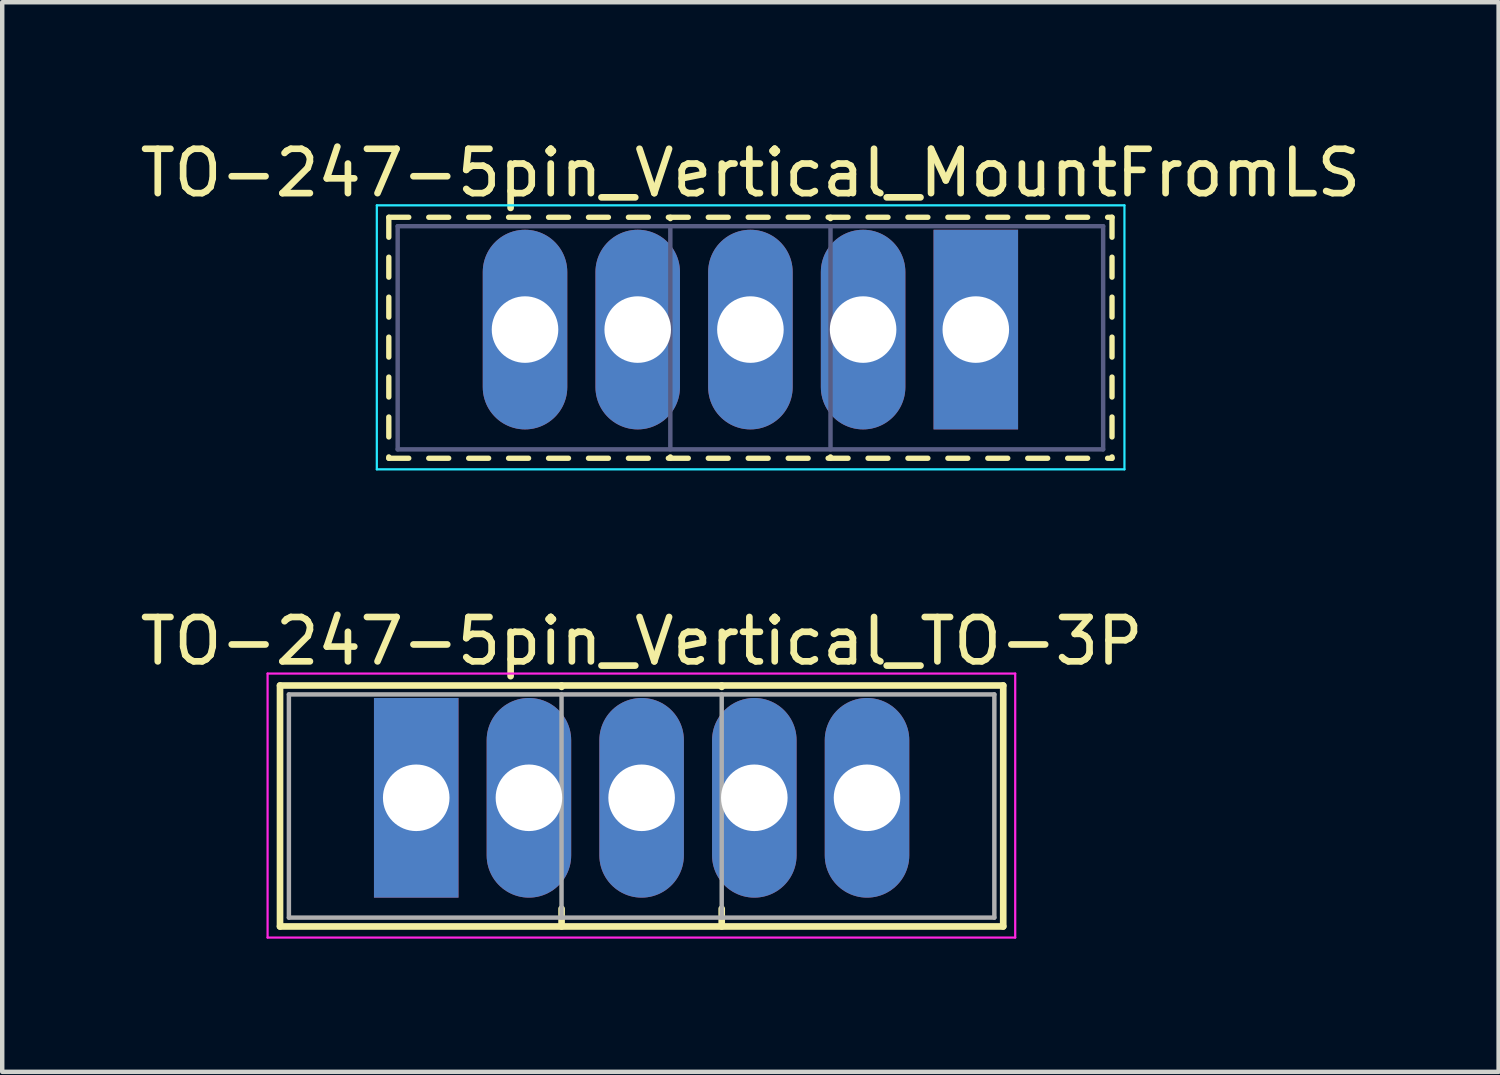
<source format=kicad_pcb>
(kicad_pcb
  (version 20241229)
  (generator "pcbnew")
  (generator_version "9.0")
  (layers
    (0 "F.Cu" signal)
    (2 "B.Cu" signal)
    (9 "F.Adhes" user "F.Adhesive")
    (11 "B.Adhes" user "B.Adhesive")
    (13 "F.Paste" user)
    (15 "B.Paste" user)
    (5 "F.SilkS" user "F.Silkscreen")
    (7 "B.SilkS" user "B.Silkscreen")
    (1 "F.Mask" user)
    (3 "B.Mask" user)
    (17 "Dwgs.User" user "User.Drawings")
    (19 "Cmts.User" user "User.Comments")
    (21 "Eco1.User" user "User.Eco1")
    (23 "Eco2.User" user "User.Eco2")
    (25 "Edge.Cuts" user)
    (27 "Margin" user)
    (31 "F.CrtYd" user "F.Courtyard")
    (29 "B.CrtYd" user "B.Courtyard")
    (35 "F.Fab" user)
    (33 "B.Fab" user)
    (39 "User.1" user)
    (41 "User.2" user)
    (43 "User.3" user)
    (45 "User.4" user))
  (footprint "TO-247-5pin_Vertical_MountFromLS"
    (layer "F.Cu")
    (at 18.943 4.378)
    (property "Reference" "TO-247-5pin_Vertical_MountFromLS" (at -5.08 -3.53 0) (layer "F.SilkS") (effects (font (size 1 1) (thickness 0.15))))
    (attr through_hole)
    (fp_line (start -13.23 -2.531) (end -13.23 -2.081) (stroke (width 0.12) (type solid)) (layer "F.SilkS"))
    (fp_line (start -13.23 -2.531) (end -12.78 -2.531) (stroke (width 0.12) (type solid)) (layer "F.SilkS"))
    (fp_line (start -13.23 -1.631) (end -13.23 -1.181) (stroke (width 0.12) (type solid)) (layer "F.SilkS"))
    (fp_line (start -13.23 -0.731) (end -13.23 -0.281) (stroke (width 0.12) (type solid)) (layer "F.SilkS"))
    (fp_line (start -13.23 0.17) (end -13.23 0.62) (stroke (width 0.12) (type solid)) (layer "F.SilkS"))
    (fp_line (start -13.23 1.07) (end -13.23 1.52) (stroke (width 0.12) (type solid)) (layer "F.SilkS"))
    (fp_line (start -13.23 1.97) (end -13.23 2.42) (stroke (width 0.12) (type solid)) (layer "F.SilkS"))
    (fp_line (start -13.23 2.87) (end -13.23 2.9) (stroke (width 0.12) (type solid)) (layer "F.SilkS"))
    (fp_line (start -13.23 2.9) (end -12.78 2.9) (stroke (width 0.12) (type solid)) (layer "F.SilkS"))
    (fp_line (start -12.33 -2.531) (end -11.88 -2.531) (stroke (width 0.12) (type solid)) (layer "F.SilkS"))
    (fp_line (start -12.33 2.9) (end -11.88 2.9) (stroke (width 0.12) (type solid)) (layer "F.SilkS"))
    (fp_line (start -11.43 -2.531) (end -10.98 -2.531) (stroke (width 0.12) (type solid)) (layer "F.SilkS"))
    (fp_line (start -11.43 2.9) (end -10.98 2.9) (stroke (width 0.12) (type solid)) (layer "F.SilkS"))
    (fp_line (start -10.531 -2.531) (end -10.08 -2.531) (stroke (width 0.12) (type solid)) (layer "F.SilkS"))
    (fp_line (start -10.531 2.9) (end -10.08 2.9) (stroke (width 0.12) (type solid)) (layer "F.SilkS"))
    (fp_line (start -9.63 -2.531) (end -9.18 -2.531) (stroke (width 0.12) (type solid)) (layer "F.SilkS"))
    (fp_line (start -9.63 2.9) (end -9.18 2.9) (stroke (width 0.12) (type solid)) (layer "F.SilkS"))
    (fp_line (start -8.73 -2.531) (end -8.28 -2.531) (stroke (width 0.12) (type solid)) (layer "F.SilkS"))
    (fp_line (start -8.73 2.9) (end -8.28 2.9) (stroke (width 0.12) (type solid)) (layer "F.SilkS"))
    (fp_line (start -7.83 -2.531) (end -7.38 -2.531) (stroke (width 0.12) (type solid)) (layer "F.SilkS"))
    (fp_line (start -7.83 2.9) (end -7.38 2.9) (stroke (width 0.12) (type solid)) (layer "F.SilkS"))
    (fp_line (start -6.93 -2.531) (end -6.48 -2.531) (stroke (width 0.12) (type solid)) (layer "F.SilkS"))
    (fp_line (start -6.93 2.9) (end -6.48 2.9) (stroke (width 0.12) (type solid)) (layer "F.SilkS"))
    (fp_line (start -6.884 -2.531) (end -6.884 -2.5) (stroke (width 0.12) (type solid)) (layer "F.SilkS"))
    (fp_line (start -6.884 2.87) (end -6.884 2.9) (stroke (width 0.12) (type solid)) (layer "F.SilkS"))
    (fp_line (start -6.03 -2.531) (end -5.58 -2.531) (stroke (width 0.12) (type solid)) (layer "F.SilkS"))
    (fp_line (start -6.03 2.9) (end -5.58 2.9) (stroke (width 0.12) (type solid)) (layer "F.SilkS"))
    (fp_line (start -5.13 -2.531) (end -4.68 -2.531) (stroke (width 0.12) (type solid)) (layer "F.SilkS"))
    (fp_line (start -5.13 2.9) (end -4.68 2.9) (stroke (width 0.12) (type solid)) (layer "F.SilkS"))
    (fp_line (start -4.229 -2.531) (end -3.779 -2.531) (stroke (width 0.12) (type solid)) (layer "F.SilkS"))
    (fp_line (start -4.229 2.9) (end -3.779 2.9) (stroke (width 0.12) (type solid)) (layer "F.SilkS"))
    (fp_line (start -3.329 -2.531) (end -2.879 -2.531) (stroke (width 0.12) (type solid)) (layer "F.SilkS"))
    (fp_line (start -3.329 2.9) (end -2.879 2.9) (stroke (width 0.12) (type solid)) (layer "F.SilkS"))
    (fp_line (start -3.275 -2.531) (end -3.275 -2.5) (stroke (width 0.12) (type solid)) (layer "F.SilkS"))
    (fp_line (start -3.275 2.87) (end -3.275 2.9) (stroke (width 0.12) (type solid)) (layer "F.SilkS"))
    (fp_line (start -2.429 -2.531) (end -1.979 -2.531) (stroke (width 0.12) (type solid)) (layer "F.SilkS"))
    (fp_line (start -2.429 2.9) (end -1.979 2.9) (stroke (width 0.12) (type solid)) (layer "F.SilkS"))
    (fp_line (start -1.53 -2.531) (end -1.08 -2.531) (stroke (width 0.12) (type solid)) (layer "F.SilkS"))
    (fp_line (start -1.53 2.9) (end -1.08 2.9) (stroke (width 0.12) (type solid)) (layer "F.SilkS"))
    (fp_line (start -0.63 -2.531) (end -0.18 -2.531) (stroke (width 0.12) (type solid)) (layer "F.SilkS"))
    (fp_line (start -0.63 2.9) (end -0.18 2.9) (stroke (width 0.12) (type solid)) (layer "F.SilkS"))
    (fp_line (start 0.27 -2.531) (end 0.72 -2.531) (stroke (width 0.12) (type solid)) (layer "F.SilkS"))
    (fp_line (start 0.27 2.9) (end 0.72 2.9) (stroke (width 0.12) (type solid)) (layer "F.SilkS"))
    (fp_line (start 1.17 -2.531) (end 1.62 -2.531) (stroke (width 0.12) (type solid)) (layer "F.SilkS"))
    (fp_line (start 1.17 2.9) (end 1.62 2.9) (stroke (width 0.12) (type solid)) (layer "F.SilkS"))
    (fp_line (start 2.07 -2.531) (end 2.52 -2.531) (stroke (width 0.12) (type solid)) (layer "F.SilkS"))
    (fp_line (start 2.07 2.9) (end 2.52 2.9) (stroke (width 0.12) (type solid)) (layer "F.SilkS"))
    (fp_line (start 2.97 -2.531) (end 3.07 -2.531) (stroke (width 0.12) (type solid)) (layer "F.SilkS"))
    (fp_line (start 2.97 2.9) (end 3.07 2.9) (stroke (width 0.12) (type solid)) (layer "F.SilkS"))
    (fp_line (start 3.07 -2.531) (end 3.07 -2.081) (stroke (width 0.12) (type solid)) (layer "F.SilkS"))
    (fp_line (start 3.07 -1.631) (end 3.07 -1.181) (stroke (width 0.12) (type solid)) (layer "F.SilkS"))
    (fp_line (start 3.07 -0.731) (end 3.07 -0.281) (stroke (width 0.12) (type solid)) (layer "F.SilkS"))
    (fp_line (start 3.07 0.17) (end 3.07 0.62) (stroke (width 0.12) (type solid)) (layer "F.SilkS"))
    (fp_line (start 3.07 1.07) (end 3.07 1.52) (stroke (width 0.12) (type solid)) (layer "F.SilkS"))
    (fp_line (start 3.07 1.97) (end 3.07 2.42) (stroke (width 0.12) (type solid)) (layer "F.SilkS"))
    (fp_line (start 3.07 2.87) (end 3.07 2.9) (stroke (width 0.12) (type solid)) (layer "F.SilkS"))
    (fp_line (start -13.5 -2.8) (end -13.5 3.15) (stroke (width 0.05) (type solid)) (layer "B.CrtYd"))
    (fp_line (start -13.5 3.15) (end 3.35 3.15) (stroke (width 0.05) (type solid)) (layer "B.CrtYd"))
    (fp_line (start 3.35 -2.8) (end -13.5 -2.8) (stroke (width 0.05) (type solid)) (layer "B.CrtYd"))
    (fp_line (start 3.35 3.15) (end 3.35 -2.8) (stroke (width 0.05) (type solid)) (layer "B.CrtYd"))
    (fp_line (start -13.03 -2.33) (end -13.03 2.7) (stroke (width 0.1) (type solid)) (layer "B.Fab"))
    (fp_line (start -13.03 2.7) (end 2.87 2.7) (stroke (width 0.1) (type solid)) (layer "B.Fab"))
    (fp_line (start -6.885 -2.33) (end -6.885 2.7) (stroke (width 0.1) (type solid)) (layer "B.Fab"))
    (fp_line (start -3.275 -2.33) (end -3.275 2.7) (stroke (width 0.1) (type solid)) (layer "B.Fab"))
    (fp_line (start 2.87 -2.33) (end -13.03 -2.33) (stroke (width 0.1) (type solid)) (layer "B.Fab"))
    (fp_line (start 2.87 2.7) (end 2.87 -2.33) (stroke (width 0.1) (type solid)) (layer "B.Fab"))
    (pad "1" thru_hole rect (at 0 0) (size 1.905 4.5) (drill 1.5) (layers "*.Cu" "*.Mask"))
    (pad "2" thru_hole oval (at -2.54 0) (size 1.905 4.5) (drill 1.5) (layers "*.Cu" "*.Mask"))
    (pad "3" thru_hole oval (at -5.08 0) (size 1.905 4.5) (drill 1.5) (layers "*.Cu" "*.Mask"))
    (pad "4" thru_hole oval (at -7.62 0) (size 1.905 4.5) (drill 1.5) (layers "*.Cu" "*.Mask"))
    (pad "5" thru_hole oval (at -10.16 0) (size 1.905 4.5) (drill 1.5) (layers "*.Cu" "*.Mask")))
  (footprint "TO-247-5pin_Vertical_TO-3P"
    (layer "F.Cu")
    (at 6.331 14.931)
    (property "Reference" "TO-247-5pin_Vertical_TO-3P" (at 5.08 -3.53 0) (layer "F.SilkS") (effects (font (size 1 1) (thickness 0.15))))
    (attr through_hole)
    (fp_line (start -3.07 -2.531) (end -3.07 2.9) (stroke (width 0.15) (type solid)) (layer "F.SilkS"))
    (fp_line (start -3.07 -2.531) (end 13.23 -2.531) (stroke (width 0.15) (type solid)) (layer "F.SilkS"))
    (fp_line (start -3.07 2.9) (end 13.23 2.9) (stroke (width 0.15) (type solid)) (layer "F.SilkS"))
    (fp_line (start 3.276 -2.531) (end 3.276 -2.5) (stroke (width 0.15) (type solid)) (layer "F.SilkS"))
    (fp_line (start 3.276 2.5) (end 3.276 2.9) (stroke (width 0.15) (type solid)) (layer "F.SilkS"))
    (fp_line (start 6.885 -2.531) (end 6.885 -2.5) (stroke (width 0.15) (type solid)) (layer "F.SilkS"))
    (fp_line (start 6.885 2.5) (end 6.885 2.9) (stroke (width 0.15) (type solid)) (layer "F.SilkS"))
    (fp_line (start 13.23 -2.531) (end 13.23 2.9) (stroke (width 0.15) (type solid)) (layer "F.SilkS"))
    (fp_line (start -3.35 -2.8) (end -3.35 3.15) (stroke (width 0.05) (type solid)) (layer "F.CrtYd"))
    (fp_line (start -3.35 3.15) (end 13.5 3.15) (stroke (width 0.05) (type solid)) (layer "F.CrtYd"))
    (fp_line (start 13.5 -2.8) (end -3.35 -2.8) (stroke (width 0.05) (type solid)) (layer "F.CrtYd"))
    (fp_line (start 13.5 3.15) (end 13.5 -2.8) (stroke (width 0.05) (type solid)) (layer "F.CrtYd"))
    (fp_line (start -2.87 -2.33) (end -2.87 2.7) (stroke (width 0.1) (type solid)) (layer "F.Fab"))
    (fp_line (start -2.87 2.7) (end 13.03 2.7) (stroke (width 0.1) (type solid)) (layer "F.Fab"))
    (fp_line (start 3.275 -2.33) (end 3.275 2.7) (stroke (width 0.1) (type solid)) (layer "F.Fab"))
    (fp_line (start 6.885 -2.33) (end 6.885 2.7) (stroke (width 0.1) (type solid)) (layer "F.Fab"))
    (fp_line (start 13.03 -2.33) (end -2.87 -2.33) (stroke (width 0.1) (type solid)) (layer "F.Fab"))
    (fp_line (start 13.03 2.7) (end 13.03 -2.33) (stroke (width 0.1) (type solid)) (layer "F.Fab"))
    (pad "1" thru_hole rect (at 0 0) (size 1.905 4.5) (drill 1.5) (layers "*.Cu" "*.Mask"))
    (pad "2" thru_hole oval (at 2.54 0) (size 1.905 4.5) (drill 1.5) (layers "*.Cu" "*.Mask"))
    (pad "3" thru_hole oval (at 5.08 0) (size 1.905 4.5) (drill 1.5) (layers "*.Cu" "*.Mask"))
    (pad "4" thru_hole oval (at 7.62 0) (size 1.905 4.5) (drill 1.5) (layers "*.Cu" "*.Mask"))
    (pad "5" thru_hole oval (at 10.16 0) (size 1.905 4.5) (drill 1.5) (layers "*.Cu" "*.Mask")))
  (gr_rect
    (start -3 -3)
    (end 30.726 21.107)
    (stroke (width 0.1) (type default))
    (fill no)
    (layer "Edge.Cuts")))
</source>
